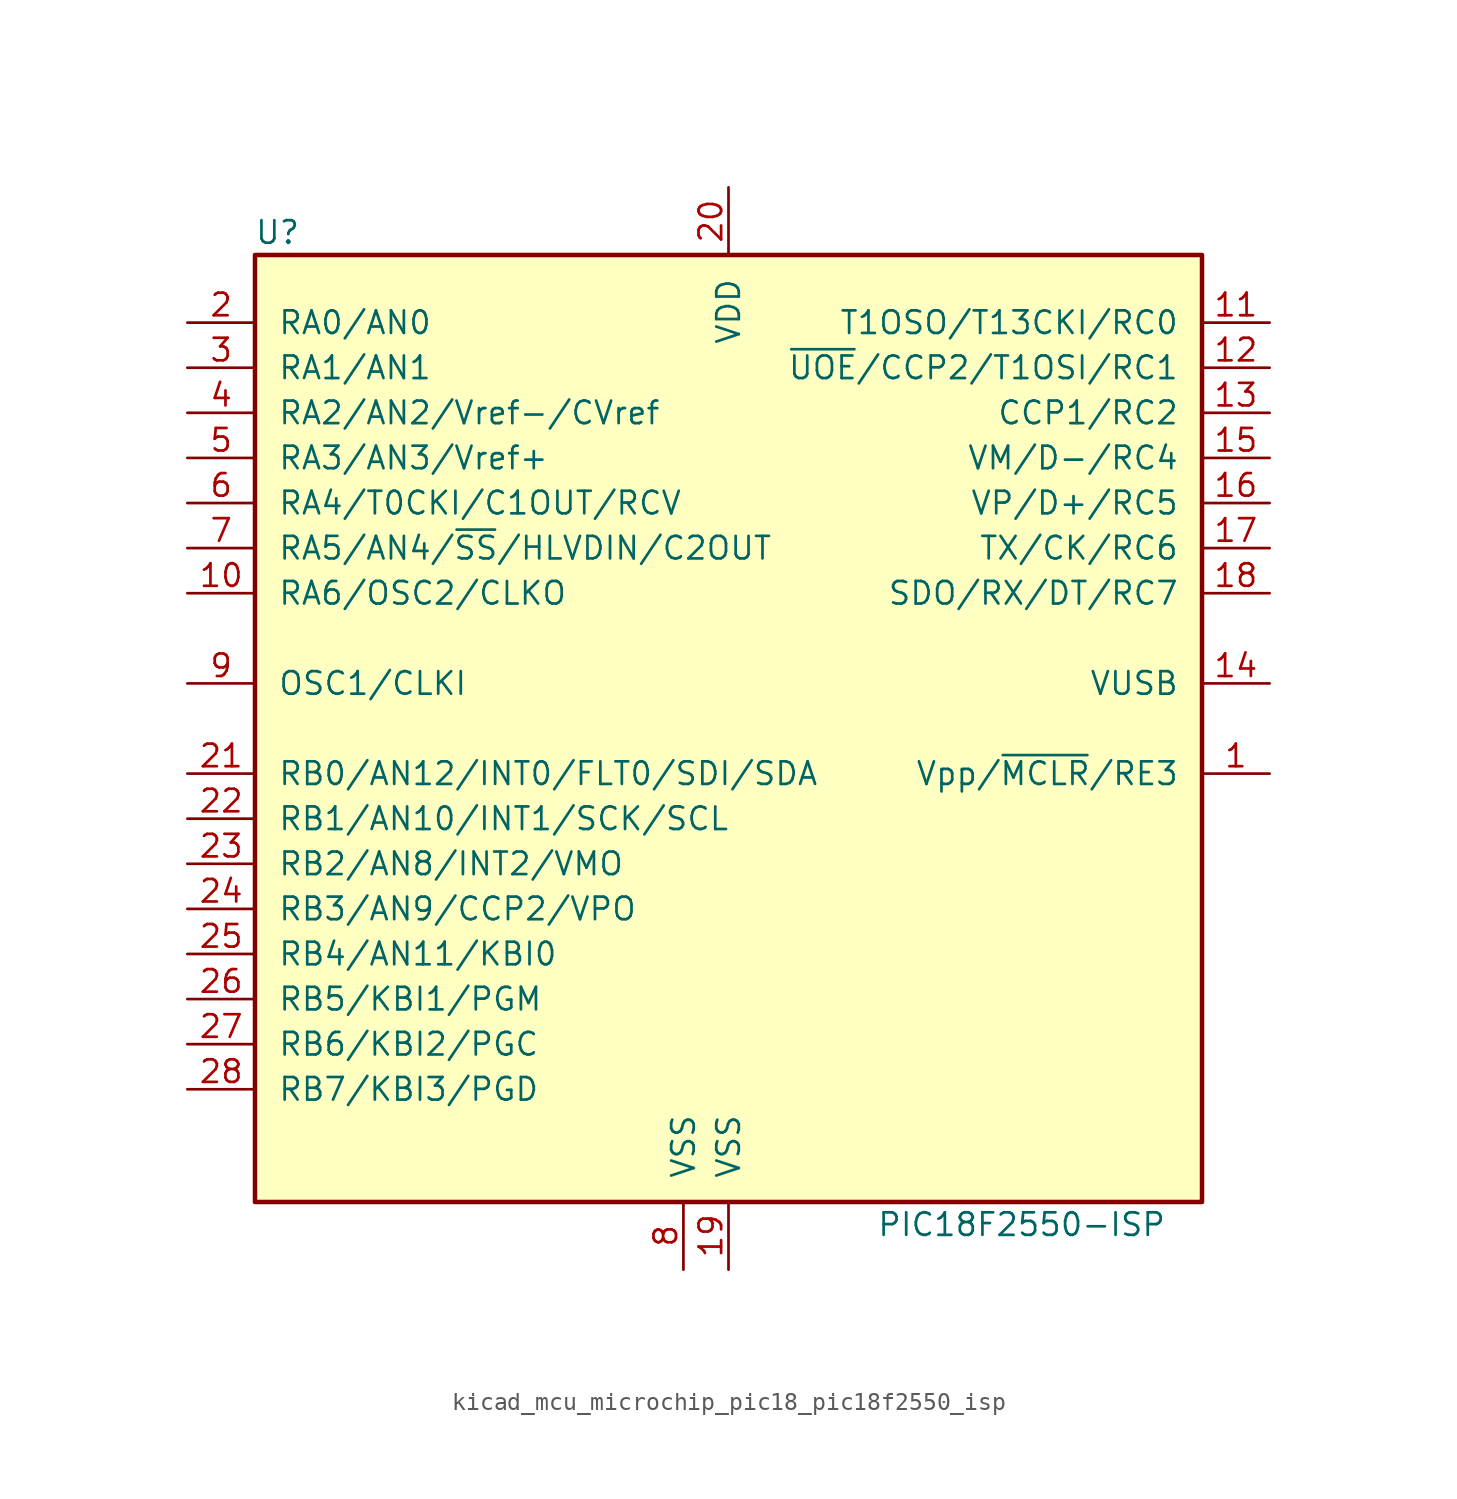
<source format=kicad_sym>
(kicad_symbol_lib
  (version 20220914)
  (generator kicad_symbol_editor)
  (symbol "kicad_mcu_microchip_pic18_pic18f2550_isp"
    (pin_names
      (offset 1.27))
    (property "Reference" "U"
      (at -25.4 27.94 0)
      (effects (font (size 1.27 1.27))))
    (property "Value" "PIC18F2550-ISP"
      (at 16.51 -27.94 0)
      (effects (font (size 1.27 1.27))))
    (symbol "kicad_mcu_microchip_pic18_pic18f2550_isp_0_1"
      (rectangle (start -26.67 26.67) (end 26.67 -26.67) (stroke (width 0.254) (type default)) (fill (type background))))
    (symbol "kicad_mcu_microchip_pic18_pic18f2550_isp_1_1"
      (pin input line (at 30.48 -2.54 180) (length 3.81) (name "Vpp/~{MCLR}/RE3" (effects (font (size 1.27 1.27)))) (number "1" (effects (font (size 1.27 1.27)))))
      (pin output line (at -30.48 7.62 0) (length 3.81) (name "RA6/OSC2/CLKO" (effects (font (size 1.27 1.27)))) (number "10" (effects (font (size 1.27 1.27)))))
      (pin bidirectional line (at 30.48 22.86 180) (length 3.81) (name "T1OSO/T13CKI/RC0" (effects (font (size 1.27 1.27)))) (number "11" (effects (font (size 1.27 1.27)))))
      (pin bidirectional line (at 30.48 20.32 180) (length 3.81) (name "~{UOE}/CCP2/T1OSI/RC1" (effects (font (size 1.27 1.27)))) (number "12" (effects (font (size 1.27 1.27)))))
      (pin bidirectional line (at 30.48 17.78 180) (length 3.81) (name "CCP1/RC2" (effects (font (size 1.27 1.27)))) (number "13" (effects (font (size 1.27 1.27)))))
      (pin bidirectional line (at 30.48 2.54 180) (length 3.81) (name "VUSB" (effects (font (size 1.27 1.27)))) (number "14" (effects (font (size 1.27 1.27)))))
      (pin bidirectional line (at 30.48 15.24 180) (length 3.81) (name "VM/D-/RC4" (effects (font (size 1.27 1.27)))) (number "15" (effects (font (size 1.27 1.27)))))
      (pin bidirectional line (at 30.48 12.7 180) (length 3.81) (name "VP/D+/RC5" (effects (font (size 1.27 1.27)))) (number "16" (effects (font (size 1.27 1.27)))))
      (pin bidirectional line (at 30.48 10.16 180) (length 3.81) (name "TX/CK/RC6" (effects (font (size 1.27 1.27)))) (number "17" (effects (font (size 1.27 1.27)))))
      (pin bidirectional line (at 30.48 7.62 180) (length 3.81) (name "SDO/RX/DT/RC7" (effects (font (size 1.27 1.27)))) (number "18" (effects (font (size 1.27 1.27)))))
      (pin power_in line (at 0 -30.48 90) (length 3.81) (name "VSS" (effects (font (size 1.27 1.27)))) (number "19" (effects (font (size 1.27 1.27)))))
      (pin bidirectional line (at -30.48 22.86 0) (length 3.81) (name "RA0/AN0" (effects (font (size 1.27 1.27)))) (number "2" (effects (font (size 1.27 1.27)))))
      (pin power_in line (at 0 30.48 270) (length 3.81) (name "VDD" (effects (font (size 1.27 1.27)))) (number "20" (effects (font (size 1.27 1.27)))))
      (pin bidirectional line (at -30.48 -2.54 0) (length 3.81) (name "RB0/AN12/INT0/FLT0/SDI/SDA" (effects (font (size 1.27 1.27)))) (number "21" (effects (font (size 1.27 1.27)))))
      (pin bidirectional line (at -30.48 -5.08 0) (length 3.81) (name "RB1/AN10/INT1/SCK/SCL" (effects (font (size 1.27 1.27)))) (number "22" (effects (font (size 1.27 1.27)))))
      (pin bidirectional line (at -30.48 -7.62 0) (length 3.81) (name "RB2/AN8/INT2/VMO" (effects (font (size 1.27 1.27)))) (number "23" (effects (font (size 1.27 1.27)))))
      (pin bidirectional line (at -30.48 -10.16 0) (length 3.81) (name "RB3/AN9/CCP2/VPO" (effects (font (size 1.27 1.27)))) (number "24" (effects (font (size 1.27 1.27)))))
      (pin bidirectional line (at -30.48 -12.7 0) (length 3.81) (name "RB4/AN11/KBI0" (effects (font (size 1.27 1.27)))) (number "25" (effects (font (size 1.27 1.27)))))
      (pin bidirectional line (at -30.48 -15.24 0) (length 3.81) (name "RB5/KBI1/PGM" (effects (font (size 1.27 1.27)))) (number "26" (effects (font (size 1.27 1.27)))))
      (pin bidirectional line (at -30.48 -17.78 0) (length 3.81) (name "RB6/KBI2/PGC" (effects (font (size 1.27 1.27)))) (number "27" (effects (font (size 1.27 1.27)))))
      (pin bidirectional line (at -30.48 -20.32 0) (length 3.81) (name "RB7/KBI3/PGD" (effects (font (size 1.27 1.27)))) (number "28" (effects (font (size 1.27 1.27)))))
      (pin bidirectional line (at -30.48 20.32 0) (length 3.81) (name "RA1/AN1" (effects (font (size 1.27 1.27)))) (number "3" (effects (font (size 1.27 1.27)))))
      (pin bidirectional line (at -30.48 17.78 0) (length 3.81) (name "RA2/AN2/Vref-/CVref" (effects (font (size 1.27 1.27)))) (number "4" (effects (font (size 1.27 1.27)))))
      (pin bidirectional line (at -30.48 15.24 0) (length 3.81) (name "RA3/AN3/Vref+" (effects (font (size 1.27 1.27)))) (number "5" (effects (font (size 1.27 1.27)))))
      (pin bidirectional line (at -30.48 12.7 0) (length 3.81) (name "RA4/T0CKI/C1OUT/RCV" (effects (font (size 1.27 1.27)))) (number "6" (effects (font (size 1.27 1.27)))))
      (pin bidirectional line (at -30.48 10.16 0) (length 3.81) (name "RA5/AN4/~{SS}/HLVDIN/C2OUT" (effects (font (size 1.27 1.27)))) (number "7" (effects (font (size 1.27 1.27)))))
      (pin power_in line (at -2.54 -30.48 90) (length 3.81) (name "VSS" (effects (font (size 1.27 1.27)))) (number "8" (effects (font (size 1.27 1.27)))))
      (pin input line (at -30.48 2.54 0) (length 3.81) (name "OSC1/CLKI" (effects (font (size 1.27 1.27)))) (number "9" (effects (font (size 1.27 1.27))))))))
</source>
